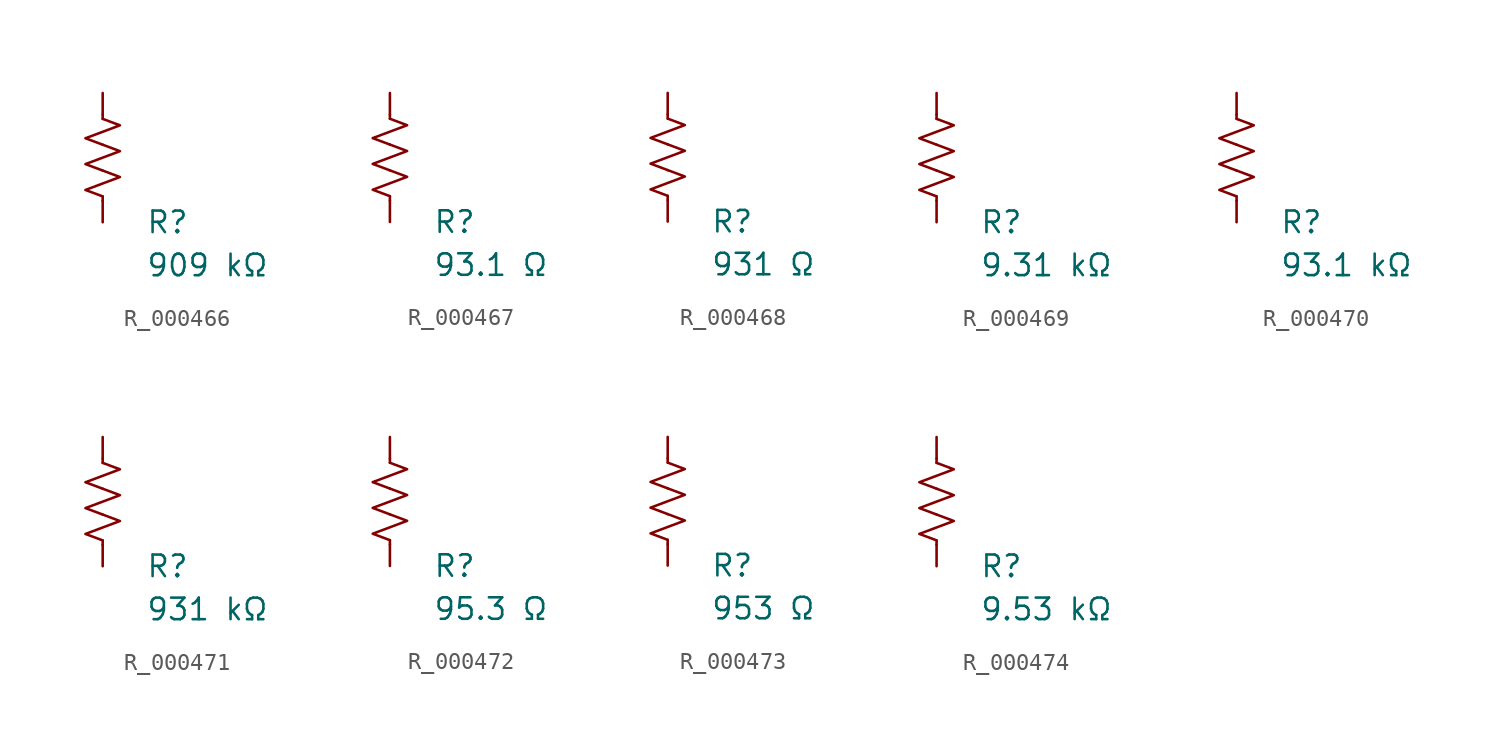
<source format=kicad_sym>
(kicad_symbol_lib
  (version 20231120)
  (generator "kicad_symbol_editor")
  (generator_version "8.0")
  (symbol "R_000466"
    (pin_numbers hide)
    (pin_names
      (offset 0))
    (property "Reference" "R"
      (at 2.54 -3.81 0)
      (effects (font (size 1.27 1.27)) (justify left))
      (show_name no))
    (property "Value" "909 kΩ"
      (at 2.54 -6.35 0)
      (effects (font (size 1.27 1.27)) (justify left))
      (show_name no))
    (symbol "R_000466_0_1"
      (polyline (pts (xy 0 -2.286) (xy 0 -2.54)) (stroke (width 0) (type default)) (fill (type none)))
      (polyline (pts (xy 0 2.286) (xy 0 2.54)) (stroke (width 0) (type default)) (fill (type none)))
      (polyline (pts (xy 0 -0.762) (xy 1.016 -1.143) (xy 0 -1.524) (xy -1.016 -1.905) (xy 0 -2.286)) (stroke (width 0) (type default)) (fill (type none)))
      (polyline (pts (xy 0 0.762) (xy 1.016 0.381) (xy 0 0) (xy -1.016 -0.381) (xy 0 -0.762)) (stroke (width 0) (type default)) (fill (type none)))
      (polyline (pts (xy 0 2.286) (xy 1.016 1.905) (xy 0 1.524) (xy -1.016 1.143) (xy 0 0.762)) (stroke (width 0) (type default)) (fill (type none))))
    (symbol "R_000466_1_1"
      (pin passive line (at 0 3.81 270) (length 1.27) (name "~" (effects (font (size 1.27 1.27)))) (number "1" (effects (font (size 1.27 1.27)))))
      (pin passive line (at 0 -3.81 90) (length 1.27) (name "~" (effects (font (size 1.27 1.27)))) (number "2" (effects (font (size 1.27 1.27)))))))
  (symbol "R_000467"
    (pin_numbers hide)
    (pin_names
      (offset 0))
    (property "Reference" "R"
      (at 2.54 -3.81 0)
      (effects (font (size 1.27 1.27)) (justify left))
      (show_name no))
    (property "Value" "93.1 Ω"
      (at 2.54 -6.35 0)
      (effects (font (size 1.27 1.27)) (justify left))
      (show_name no))
    (symbol "R_000467_0_1"
      (polyline (pts (xy 0 -2.286) (xy 0 -2.54)) (stroke (width 0) (type default)) (fill (type none)))
      (polyline (pts (xy 0 2.286) (xy 0 2.54)) (stroke (width 0) (type default)) (fill (type none)))
      (polyline (pts (xy 0 -0.762) (xy 1.016 -1.143) (xy 0 -1.524) (xy -1.016 -1.905) (xy 0 -2.286)) (stroke (width 0) (type default)) (fill (type none)))
      (polyline (pts (xy 0 0.762) (xy 1.016 0.381) (xy 0 0) (xy -1.016 -0.381) (xy 0 -0.762)) (stroke (width 0) (type default)) (fill (type none)))
      (polyline (pts (xy 0 2.286) (xy 1.016 1.905) (xy 0 1.524) (xy -1.016 1.143) (xy 0 0.762)) (stroke (width 0) (type default)) (fill (type none))))
    (symbol "R_000467_1_1"
      (pin passive line (at 0 3.81 270) (length 1.27) (name "~" (effects (font (size 1.27 1.27)))) (number "1" (effects (font (size 1.27 1.27)))))
      (pin passive line (at 0 -3.81 90) (length 1.27) (name "~" (effects (font (size 1.27 1.27)))) (number "2" (effects (font (size 1.27 1.27)))))))
  (symbol "R_000468"
    (pin_numbers hide)
    (pin_names
      (offset 0))
    (property "Reference" "R"
      (at 2.54 -3.81 0)
      (effects (font (size 1.27 1.27)) (justify left))
      (show_name no))
    (property "Value" "931 Ω"
      (at 2.54 -6.35 0)
      (effects (font (size 1.27 1.27)) (justify left))
      (show_name no))
    (symbol "R_000468_0_1"
      (polyline (pts (xy 0 -2.286) (xy 0 -2.54)) (stroke (width 0) (type default)) (fill (type none)))
      (polyline (pts (xy 0 2.286) (xy 0 2.54)) (stroke (width 0) (type default)) (fill (type none)))
      (polyline (pts (xy 0 -0.762) (xy 1.016 -1.143) (xy 0 -1.524) (xy -1.016 -1.905) (xy 0 -2.286)) (stroke (width 0) (type default)) (fill (type none)))
      (polyline (pts (xy 0 0.762) (xy 1.016 0.381) (xy 0 0) (xy -1.016 -0.381) (xy 0 -0.762)) (stroke (width 0) (type default)) (fill (type none)))
      (polyline (pts (xy 0 2.286) (xy 1.016 1.905) (xy 0 1.524) (xy -1.016 1.143) (xy 0 0.762)) (stroke (width 0) (type default)) (fill (type none))))
    (symbol "R_000468_1_1"
      (pin passive line (at 0 3.81 270) (length 1.27) (name "~" (effects (font (size 1.27 1.27)))) (number "1" (effects (font (size 1.27 1.27)))))
      (pin passive line (at 0 -3.81 90) (length 1.27) (name "~" (effects (font (size 1.27 1.27)))) (number "2" (effects (font (size 1.27 1.27)))))))
  (symbol "R_000469"
    (pin_numbers hide)
    (pin_names
      (offset 0))
    (property "Reference" "R"
      (at 2.54 -3.81 0)
      (effects (font (size 1.27 1.27)) (justify left))
      (show_name no))
    (property "Value" "9.31 kΩ"
      (at 2.54 -6.35 0)
      (effects (font (size 1.27 1.27)) (justify left))
      (show_name no))
    (symbol "R_000469_0_1"
      (polyline (pts (xy 0 -2.286) (xy 0 -2.54)) (stroke (width 0) (type default)) (fill (type none)))
      (polyline (pts (xy 0 2.286) (xy 0 2.54)) (stroke (width 0) (type default)) (fill (type none)))
      (polyline (pts (xy 0 -0.762) (xy 1.016 -1.143) (xy 0 -1.524) (xy -1.016 -1.905) (xy 0 -2.286)) (stroke (width 0) (type default)) (fill (type none)))
      (polyline (pts (xy 0 0.762) (xy 1.016 0.381) (xy 0 0) (xy -1.016 -0.381) (xy 0 -0.762)) (stroke (width 0) (type default)) (fill (type none)))
      (polyline (pts (xy 0 2.286) (xy 1.016 1.905) (xy 0 1.524) (xy -1.016 1.143) (xy 0 0.762)) (stroke (width 0) (type default)) (fill (type none))))
    (symbol "R_000469_1_1"
      (pin passive line (at 0 3.81 270) (length 1.27) (name "~" (effects (font (size 1.27 1.27)))) (number "1" (effects (font (size 1.27 1.27)))))
      (pin passive line (at 0 -3.81 90) (length 1.27) (name "~" (effects (font (size 1.27 1.27)))) (number "2" (effects (font (size 1.27 1.27)))))))
  (symbol "R_000470"
    (pin_numbers hide)
    (pin_names
      (offset 0))
    (property "Reference" "R"
      (at 2.54 -3.81 0)
      (effects (font (size 1.27 1.27)) (justify left))
      (show_name no))
    (property "Value" "93.1 kΩ"
      (at 2.54 -6.35 0)
      (effects (font (size 1.27 1.27)) (justify left))
      (show_name no))
    (symbol "R_000470_0_1"
      (polyline (pts (xy 0 -2.286) (xy 0 -2.54)) (stroke (width 0) (type default)) (fill (type none)))
      (polyline (pts (xy 0 2.286) (xy 0 2.54)) (stroke (width 0) (type default)) (fill (type none)))
      (polyline (pts (xy 0 -0.762) (xy 1.016 -1.143) (xy 0 -1.524) (xy -1.016 -1.905) (xy 0 -2.286)) (stroke (width 0) (type default)) (fill (type none)))
      (polyline (pts (xy 0 0.762) (xy 1.016 0.381) (xy 0 0) (xy -1.016 -0.381) (xy 0 -0.762)) (stroke (width 0) (type default)) (fill (type none)))
      (polyline (pts (xy 0 2.286) (xy 1.016 1.905) (xy 0 1.524) (xy -1.016 1.143) (xy 0 0.762)) (stroke (width 0) (type default)) (fill (type none))))
    (symbol "R_000470_1_1"
      (pin passive line (at 0 3.81 270) (length 1.27) (name "~" (effects (font (size 1.27 1.27)))) (number "1" (effects (font (size 1.27 1.27)))))
      (pin passive line (at 0 -3.81 90) (length 1.27) (name "~" (effects (font (size 1.27 1.27)))) (number "2" (effects (font (size 1.27 1.27)))))))
  (symbol "R_000471"
    (pin_numbers hide)
    (pin_names
      (offset 0))
    (property "Reference" "R"
      (at 2.54 -3.81 0)
      (effects (font (size 1.27 1.27)) (justify left))
      (show_name no))
    (property "Value" "931 kΩ"
      (at 2.54 -6.35 0)
      (effects (font (size 1.27 1.27)) (justify left))
      (show_name no))
    (symbol "R_000471_0_1"
      (polyline (pts (xy 0 -2.286) (xy 0 -2.54)) (stroke (width 0) (type default)) (fill (type none)))
      (polyline (pts (xy 0 2.286) (xy 0 2.54)) (stroke (width 0) (type default)) (fill (type none)))
      (polyline (pts (xy 0 -0.762) (xy 1.016 -1.143) (xy 0 -1.524) (xy -1.016 -1.905) (xy 0 -2.286)) (stroke (width 0) (type default)) (fill (type none)))
      (polyline (pts (xy 0 0.762) (xy 1.016 0.381) (xy 0 0) (xy -1.016 -0.381) (xy 0 -0.762)) (stroke (width 0) (type default)) (fill (type none)))
      (polyline (pts (xy 0 2.286) (xy 1.016 1.905) (xy 0 1.524) (xy -1.016 1.143) (xy 0 0.762)) (stroke (width 0) (type default)) (fill (type none))))
    (symbol "R_000471_1_1"
      (pin passive line (at 0 3.81 270) (length 1.27) (name "~" (effects (font (size 1.27 1.27)))) (number "1" (effects (font (size 1.27 1.27)))))
      (pin passive line (at 0 -3.81 90) (length 1.27) (name "~" (effects (font (size 1.27 1.27)))) (number "2" (effects (font (size 1.27 1.27)))))))
  (symbol "R_000472"
    (pin_numbers hide)
    (pin_names
      (offset 0))
    (property "Reference" "R"
      (at 2.54 -3.81 0)
      (effects (font (size 1.27 1.27)) (justify left))
      (show_name no))
    (property "Value" "95.3 Ω"
      (at 2.54 -6.35 0)
      (effects (font (size 1.27 1.27)) (justify left))
      (show_name no))
    (symbol "R_000472_0_1"
      (polyline (pts (xy 0 -2.286) (xy 0 -2.54)) (stroke (width 0) (type default)) (fill (type none)))
      (polyline (pts (xy 0 2.286) (xy 0 2.54)) (stroke (width 0) (type default)) (fill (type none)))
      (polyline (pts (xy 0 -0.762) (xy 1.016 -1.143) (xy 0 -1.524) (xy -1.016 -1.905) (xy 0 -2.286)) (stroke (width 0) (type default)) (fill (type none)))
      (polyline (pts (xy 0 0.762) (xy 1.016 0.381) (xy 0 0) (xy -1.016 -0.381) (xy 0 -0.762)) (stroke (width 0) (type default)) (fill (type none)))
      (polyline (pts (xy 0 2.286) (xy 1.016 1.905) (xy 0 1.524) (xy -1.016 1.143) (xy 0 0.762)) (stroke (width 0) (type default)) (fill (type none))))
    (symbol "R_000472_1_1"
      (pin passive line (at 0 3.81 270) (length 1.27) (name "~" (effects (font (size 1.27 1.27)))) (number "1" (effects (font (size 1.27 1.27)))))
      (pin passive line (at 0 -3.81 90) (length 1.27) (name "~" (effects (font (size 1.27 1.27)))) (number "2" (effects (font (size 1.27 1.27)))))))
  (symbol "R_000473"
    (pin_numbers hide)
    (pin_names
      (offset 0))
    (property "Reference" "R"
      (at 2.54 -3.81 0)
      (effects (font (size 1.27 1.27)) (justify left))
      (show_name no))
    (property "Value" "953 Ω"
      (at 2.54 -6.35 0)
      (effects (font (size 1.27 1.27)) (justify left))
      (show_name no))
    (symbol "R_000473_0_1"
      (polyline (pts (xy 0 -2.286) (xy 0 -2.54)) (stroke (width 0) (type default)) (fill (type none)))
      (polyline (pts (xy 0 2.286) (xy 0 2.54)) (stroke (width 0) (type default)) (fill (type none)))
      (polyline (pts (xy 0 -0.762) (xy 1.016 -1.143) (xy 0 -1.524) (xy -1.016 -1.905) (xy 0 -2.286)) (stroke (width 0) (type default)) (fill (type none)))
      (polyline (pts (xy 0 0.762) (xy 1.016 0.381) (xy 0 0) (xy -1.016 -0.381) (xy 0 -0.762)) (stroke (width 0) (type default)) (fill (type none)))
      (polyline (pts (xy 0 2.286) (xy 1.016 1.905) (xy 0 1.524) (xy -1.016 1.143) (xy 0 0.762)) (stroke (width 0) (type default)) (fill (type none))))
    (symbol "R_000473_1_1"
      (pin passive line (at 0 3.81 270) (length 1.27) (name "~" (effects (font (size 1.27 1.27)))) (number "1" (effects (font (size 1.27 1.27)))))
      (pin passive line (at 0 -3.81 90) (length 1.27) (name "~" (effects (font (size 1.27 1.27)))) (number "2" (effects (font (size 1.27 1.27)))))))
  (symbol "R_000474"
    (pin_numbers hide)
    (pin_names
      (offset 0))
    (property "Reference" "R"
      (at 2.54 -3.81 0)
      (effects (font (size 1.27 1.27)) (justify left))
      (show_name no))
    (property "Value" "9.53 kΩ"
      (at 2.54 -6.35 0)
      (effects (font (size 1.27 1.27)) (justify left))
      (show_name no))
    (symbol "R_000474_0_1"
      (polyline (pts (xy 0 -2.286) (xy 0 -2.54)) (stroke (width 0) (type default)) (fill (type none)))
      (polyline (pts (xy 0 2.286) (xy 0 2.54)) (stroke (width 0) (type default)) (fill (type none)))
      (polyline (pts (xy 0 -0.762) (xy 1.016 -1.143) (xy 0 -1.524) (xy -1.016 -1.905) (xy 0 -2.286)) (stroke (width 0) (type default)) (fill (type none)))
      (polyline (pts (xy 0 0.762) (xy 1.016 0.381) (xy 0 0) (xy -1.016 -0.381) (xy 0 -0.762)) (stroke (width 0) (type default)) (fill (type none)))
      (polyline (pts (xy 0 2.286) (xy 1.016 1.905) (xy 0 1.524) (xy -1.016 1.143) (xy 0 0.762)) (stroke (width 0) (type default)) (fill (type none))))
    (symbol "R_000474_1_1"
      (pin passive line (at 0 3.81 270) (length 1.27) (name "~" (effects (font (size 1.27 1.27)))) (number "1" (effects (font (size 1.27 1.27)))))
      (pin passive line (at 0 -3.81 90) (length 1.27) (name "~" (effects (font (size 1.27 1.27)))) (number "2" (effects (font (size 1.27 1.27))))))))
</source>
